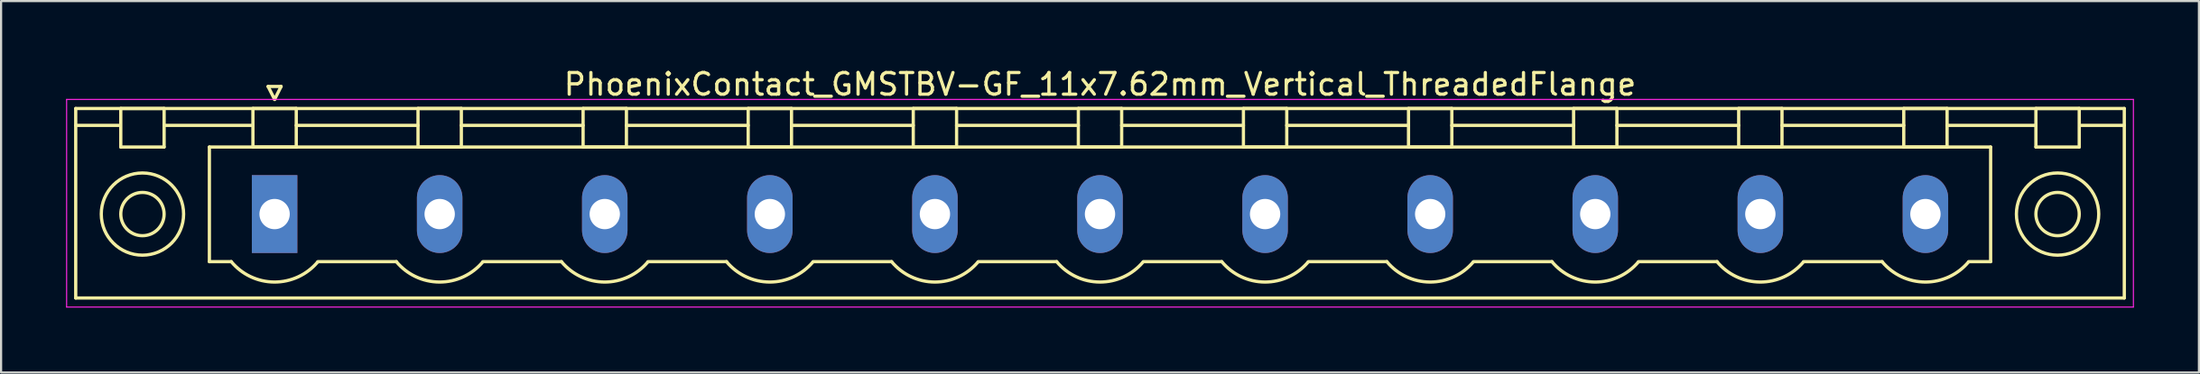
<source format=kicad_pcb>
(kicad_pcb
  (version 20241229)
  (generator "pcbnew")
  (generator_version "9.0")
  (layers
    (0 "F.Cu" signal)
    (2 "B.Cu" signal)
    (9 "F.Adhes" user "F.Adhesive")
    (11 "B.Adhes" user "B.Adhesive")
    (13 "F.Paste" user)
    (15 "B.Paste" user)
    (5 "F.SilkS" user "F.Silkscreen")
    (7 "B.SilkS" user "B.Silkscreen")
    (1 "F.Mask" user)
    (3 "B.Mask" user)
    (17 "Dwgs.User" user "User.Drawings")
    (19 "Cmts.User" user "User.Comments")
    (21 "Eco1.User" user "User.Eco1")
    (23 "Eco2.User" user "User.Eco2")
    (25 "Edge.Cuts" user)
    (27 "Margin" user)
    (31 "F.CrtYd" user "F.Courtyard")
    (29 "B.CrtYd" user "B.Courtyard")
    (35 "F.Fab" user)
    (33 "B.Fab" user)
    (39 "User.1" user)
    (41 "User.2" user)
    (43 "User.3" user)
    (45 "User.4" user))
  (footprint "PhoenixContact_GMSTBV-GF_11x7.62mm_Vertical_ThreadedFlange"
    (layer "F.Cu")
    (at 9.625 6.848)
    (property "Reference" "PhoenixContact_GMSTBV-GF_11x7.62mm_Vertical_ThreadedFlange" (at 38.1 -6 0) (layer "F.SilkS") (effects (font (size 1 1) (thickness 0.15))))
    (attr through_hole)
    (fp_line (start -9.18 -4.88) (end -9.18 3.88) (stroke (width 0.15) (type solid)) (layer "F.SilkS"))
    (fp_line (start -9.18 -4.1) (end -7.18 -4.1) (stroke (width 0.15) (type solid)) (layer "F.SilkS"))
    (fp_line (start -9.18 3.88) (end 85.38 3.88) (stroke (width 0.15) (type solid)) (layer "F.SilkS"))
    (fp_line (start -7.1 -4.88) (end -5.1 -4.88) (stroke (width 0.15) (type solid)) (layer "F.SilkS"))
    (fp_line (start -7.1 -3.1) (end -7.1 -4.88) (stroke (width 0.15) (type solid)) (layer "F.SilkS"))
    (fp_line (start -5.1 -4.88) (end -5.1 -3.1) (stroke (width 0.15) (type solid)) (layer "F.SilkS"))
    (fp_line (start -5.1 -4.1) (end -1 -4.1) (stroke (width 0.15) (type solid)) (layer "F.SilkS"))
    (fp_line (start -5.1 -3.1) (end -7.1 -3.1) (stroke (width 0.15) (type solid)) (layer "F.SilkS"))
    (fp_line (start -3.01 -3.1) (end 79.21 -3.1) (stroke (width 0.15) (type solid)) (layer "F.SilkS"))
    (fp_line (start -3.01 2.2) (end -3.01 -3.1) (stroke (width 0.15) (type solid)) (layer "F.SilkS"))
    (fp_line (start -2 2.2) (end -3.01 2.2) (stroke (width 0.15) (type solid)) (layer "F.SilkS"))
    (fp_line (start -1 -4.88) (end 1 -4.88) (stroke (width 0.15) (type solid)) (layer "F.SilkS"))
    (fp_line (start -1 -3.1) (end -1 -4.88) (stroke (width 0.15) (type solid)) (layer "F.SilkS"))
    (fp_line (start -0.3 -5.9) (end 0 -5.3) (stroke (width 0.15) (type solid)) (layer "F.SilkS"))
    (fp_line (start 0 -5.3) (end 0.3 -5.9) (stroke (width 0.15) (type solid)) (layer "F.SilkS"))
    (fp_line (start 0.3 -5.9) (end -0.3 -5.9) (stroke (width 0.15) (type solid)) (layer "F.SilkS"))
    (fp_line (start 1 -4.88) (end 1 -3.1) (stroke (width 0.15) (type solid)) (layer "F.SilkS"))
    (fp_line (start 1 -4.1) (end 6.62 -4.1) (stroke (width 0.15) (type solid)) (layer "F.SilkS"))
    (fp_line (start 1 -3.1) (end -1 -3.1) (stroke (width 0.15) (type solid)) (layer "F.SilkS"))
    (fp_line (start 2 2.2) (end 5.62 2.2) (stroke (width 0.15) (type solid)) (layer "F.SilkS"))
    (fp_line (start 6.62 -4.88) (end 8.62 -4.88) (stroke (width 0.15) (type solid)) (layer "F.SilkS"))
    (fp_line (start 6.62 -3.1) (end 6.62 -4.88) (stroke (width 0.15) (type solid)) (layer "F.SilkS"))
    (fp_line (start 8.62 -4.88) (end 8.62 -3.1) (stroke (width 0.15) (type solid)) (layer "F.SilkS"))
    (fp_line (start 8.62 -4.1) (end 14.24 -4.1) (stroke (width 0.15) (type solid)) (layer "F.SilkS"))
    (fp_line (start 8.62 -3.1) (end 6.62 -3.1) (stroke (width 0.15) (type solid)) (layer "F.SilkS"))
    (fp_line (start 9.62 2.2) (end 13.24 2.2) (stroke (width 0.15) (type solid)) (layer "F.SilkS"))
    (fp_line (start 14.24 -4.88) (end 16.24 -4.88) (stroke (width 0.15) (type solid)) (layer "F.SilkS"))
    (fp_line (start 14.24 -3.1) (end 14.24 -4.88) (stroke (width 0.15) (type solid)) (layer "F.SilkS"))
    (fp_line (start 16.24 -4.88) (end 16.24 -3.1) (stroke (width 0.15) (type solid)) (layer "F.SilkS"))
    (fp_line (start 16.24 -4.1) (end 21.86 -4.1) (stroke (width 0.15) (type solid)) (layer "F.SilkS"))
    (fp_line (start 16.24 -3.1) (end 14.24 -3.1) (stroke (width 0.15) (type solid)) (layer "F.SilkS"))
    (fp_line (start 17.24 2.2) (end 20.86 2.2) (stroke (width 0.15) (type solid)) (layer "F.SilkS"))
    (fp_line (start 21.86 -4.88) (end 23.86 -4.88) (stroke (width 0.15) (type solid)) (layer "F.SilkS"))
    (fp_line (start 21.86 -3.1) (end 21.86 -4.88) (stroke (width 0.15) (type solid)) (layer "F.SilkS"))
    (fp_line (start 23.86 -4.88) (end 23.86 -3.1) (stroke (width 0.15) (type solid)) (layer "F.SilkS"))
    (fp_line (start 23.86 -4.1) (end 29.48 -4.1) (stroke (width 0.15) (type solid)) (layer "F.SilkS"))
    (fp_line (start 23.86 -3.1) (end 21.86 -3.1) (stroke (width 0.15) (type solid)) (layer "F.SilkS"))
    (fp_line (start 24.86 2.2) (end 28.48 2.2) (stroke (width 0.15) (type solid)) (layer "F.SilkS"))
    (fp_line (start 29.48 -4.88) (end 31.48 -4.88) (stroke (width 0.15) (type solid)) (layer "F.SilkS"))
    (fp_line (start 29.48 -3.1) (end 29.48 -4.88) (stroke (width 0.15) (type solid)) (layer "F.SilkS"))
    (fp_line (start 31.48 -4.88) (end 31.48 -3.1) (stroke (width 0.15) (type solid)) (layer "F.SilkS"))
    (fp_line (start 31.48 -4.1) (end 37.1 -4.1) (stroke (width 0.15) (type solid)) (layer "F.SilkS"))
    (fp_line (start 31.48 -3.1) (end 29.48 -3.1) (stroke (width 0.15) (type solid)) (layer "F.SilkS"))
    (fp_line (start 32.48 2.2) (end 36.1 2.2) (stroke (width 0.15) (type solid)) (layer "F.SilkS"))
    (fp_line (start 37.1 -4.88) (end 39.1 -4.88) (stroke (width 0.15) (type solid)) (layer "F.SilkS"))
    (fp_line (start 37.1 -3.1) (end 37.1 -4.88) (stroke (width 0.15) (type solid)) (layer "F.SilkS"))
    (fp_line (start 39.1 -4.88) (end 39.1 -3.1) (stroke (width 0.15) (type solid)) (layer "F.SilkS"))
    (fp_line (start 39.1 -4.1) (end 44.72 -4.1) (stroke (width 0.15) (type solid)) (layer "F.SilkS"))
    (fp_line (start 39.1 -3.1) (end 37.1 -3.1) (stroke (width 0.15) (type solid)) (layer "F.SilkS"))
    (fp_line (start 40.1 2.2) (end 43.72 2.2) (stroke (width 0.15) (type solid)) (layer "F.SilkS"))
    (fp_line (start 44.72 -4.88) (end 46.72 -4.88) (stroke (width 0.15) (type solid)) (layer "F.SilkS"))
    (fp_line (start 44.72 -3.1) (end 44.72 -4.88) (stroke (width 0.15) (type solid)) (layer "F.SilkS"))
    (fp_line (start 46.72 -4.88) (end 46.72 -3.1) (stroke (width 0.15) (type solid)) (layer "F.SilkS"))
    (fp_line (start 46.72 -4.1) (end 52.34 -4.1) (stroke (width 0.15) (type solid)) (layer "F.SilkS"))
    (fp_line (start 46.72 -3.1) (end 44.72 -3.1) (stroke (width 0.15) (type solid)) (layer "F.SilkS"))
    (fp_line (start 47.72 2.2) (end 51.34 2.2) (stroke (width 0.15) (type solid)) (layer "F.SilkS"))
    (fp_line (start 52.34 -4.88) (end 54.34 -4.88) (stroke (width 0.15) (type solid)) (layer "F.SilkS"))
    (fp_line (start 52.34 -3.1) (end 52.34 -4.88) (stroke (width 0.15) (type solid)) (layer "F.SilkS"))
    (fp_line (start 54.34 -4.88) (end 54.34 -3.1) (stroke (width 0.15) (type solid)) (layer "F.SilkS"))
    (fp_line (start 54.34 -4.1) (end 59.96 -4.1) (stroke (width 0.15) (type solid)) (layer "F.SilkS"))
    (fp_line (start 54.34 -3.1) (end 52.34 -3.1) (stroke (width 0.15) (type solid)) (layer "F.SilkS"))
    (fp_line (start 55.34 2.2) (end 58.96 2.2) (stroke (width 0.15) (type solid)) (layer "F.SilkS"))
    (fp_line (start 59.96 -4.88) (end 61.96 -4.88) (stroke (width 0.15) (type solid)) (layer "F.SilkS"))
    (fp_line (start 59.96 -3.1) (end 59.96 -4.88) (stroke (width 0.15) (type solid)) (layer "F.SilkS"))
    (fp_line (start 61.96 -4.88) (end 61.96 -3.1) (stroke (width 0.15) (type solid)) (layer "F.SilkS"))
    (fp_line (start 61.96 -4.1) (end 67.58 -4.1) (stroke (width 0.15) (type solid)) (layer "F.SilkS"))
    (fp_line (start 61.96 -3.1) (end 59.96 -3.1) (stroke (width 0.15) (type solid)) (layer "F.SilkS"))
    (fp_line (start 62.96 2.2) (end 66.58 2.2) (stroke (width 0.15) (type solid)) (layer "F.SilkS"))
    (fp_line (start 67.58 -4.88) (end 69.58 -4.88) (stroke (width 0.15) (type solid)) (layer "F.SilkS"))
    (fp_line (start 67.58 -3.1) (end 67.58 -4.88) (stroke (width 0.15) (type solid)) (layer "F.SilkS"))
    (fp_line (start 69.58 -4.88) (end 69.58 -3.1) (stroke (width 0.15) (type solid)) (layer "F.SilkS"))
    (fp_line (start 69.58 -4.1) (end 75.2 -4.1) (stroke (width 0.15) (type solid)) (layer "F.SilkS"))
    (fp_line (start 69.58 -3.1) (end 67.58 -3.1) (stroke (width 0.15) (type solid)) (layer "F.SilkS"))
    (fp_line (start 70.58 2.2) (end 74.2 2.2) (stroke (width 0.15) (type solid)) (layer "F.SilkS"))
    (fp_line (start 75.2 -4.88) (end 77.2 -4.88) (stroke (width 0.15) (type solid)) (layer "F.SilkS"))
    (fp_line (start 75.2 -3.1) (end 75.2 -4.88) (stroke (width 0.15) (type solid)) (layer "F.SilkS"))
    (fp_line (start 77.2 -4.88) (end 77.2 -3.1) (stroke (width 0.15) (type solid)) (layer "F.SilkS"))
    (fp_line (start 77.2 -4.1) (end 81.3 -4.1) (stroke (width 0.15) (type solid)) (layer "F.SilkS"))
    (fp_line (start 77.2 -3.1) (end 75.2 -3.1) (stroke (width 0.15) (type solid)) (layer "F.SilkS"))
    (fp_line (start 79.21 -3.1) (end 79.21 2.2) (stroke (width 0.15) (type solid)) (layer "F.SilkS"))
    (fp_line (start 79.21 2.2) (end 78.2 2.2) (stroke (width 0.15) (type solid)) (layer "F.SilkS"))
    (fp_line (start 81.3 -4.88) (end 83.3 -4.88) (stroke (width 0.15) (type solid)) (layer "F.SilkS"))
    (fp_line (start 81.3 -3.1) (end 81.3 -4.88) (stroke (width 0.15) (type solid)) (layer "F.SilkS"))
    (fp_line (start 83.3 -4.88) (end 83.3 -3.1) (stroke (width 0.15) (type solid)) (layer "F.SilkS"))
    (fp_line (start 83.3 -3.1) (end 81.3 -3.1) (stroke (width 0.15) (type solid)) (layer "F.SilkS"))
    (fp_line (start 85.38 -4.88) (end -9.18 -4.88) (stroke (width 0.15) (type solid)) (layer "F.SilkS"))
    (fp_line (start 85.38 -4.1) (end 83.38 -4.1) (stroke (width 0.15) (type solid)) (layer "F.SilkS"))
    (fp_line (start 85.38 3.88) (end 85.38 -4.88) (stroke (width 0.15) (type solid)) (layer "F.SilkS"))
    (fp_arc (start 1.986842 2.215821) (mid -0.010289 3.142758) (end -2 2.2) (stroke (width 0.15) (type solid)) (layer "F.SilkS"))
    (fp_arc (start 9.606842 2.215821) (mid 7.609711 3.142758) (end 5.62 2.2) (stroke (width 0.15) (type solid)) (layer "F.SilkS"))
    (fp_arc (start 17.226842 2.215821) (mid 15.229711 3.142758) (end 13.24 2.2) (stroke (width 0.15) (type solid)) (layer "F.SilkS"))
    (fp_arc (start 24.846842 2.215821) (mid 22.849711 3.142758) (end 20.86 2.2) (stroke (width 0.15) (type solid)) (layer "F.SilkS"))
    (fp_arc (start 32.466842 2.215821) (mid 30.469711 3.142758) (end 28.48 2.2) (stroke (width 0.15) (type solid)) (layer "F.SilkS"))
    (fp_arc (start 40.086842 2.215821) (mid 38.089711 3.142758) (end 36.1 2.2) (stroke (width 0.15) (type solid)) (layer "F.SilkS"))
    (fp_arc (start 47.706842 2.215821) (mid 45.709711 3.142758) (end 43.72 2.2) (stroke (width 0.15) (type solid)) (layer "F.SilkS"))
    (fp_arc (start 55.326842 2.215821) (mid 53.329711 3.142758) (end 51.34 2.2) (stroke (width 0.15) (type solid)) (layer "F.SilkS"))
    (fp_arc (start 62.946842 2.215821) (mid 60.949711 3.142758) (end 58.96 2.2) (stroke (width 0.15) (type solid)) (layer "F.SilkS"))
    (fp_arc (start 70.566842 2.215821) (mid 68.569711 3.142758) (end 66.58 2.2) (stroke (width 0.15) (type solid)) (layer "F.SilkS"))
    (fp_arc (start 78.186842 2.215821) (mid 76.189711 3.142758) (end 74.2 2.2) (stroke (width 0.15) (type solid)) (layer "F.SilkS"))
    (fp_circle (center -6.1 0) (end -5.1 0) (stroke (width 0.15) (type solid)) (fill no) (layer "F.SilkS"))
    (fp_circle (center -6.1 0) (end -4.2 0) (stroke (width 0.15) (type solid)) (fill no) (layer "F.SilkS"))
    (fp_circle (center 82.3 0) (end 83.3 0) (stroke (width 0.15) (type solid)) (fill no) (layer "F.SilkS"))
    (fp_circle (center 82.3 0) (end 84.2 0) (stroke (width 0.15) (type solid)) (fill no) (layer "F.SilkS"))
    (fp_line (start -9.6 -5.3) (end -9.6 4.3) (stroke (width 0.05) (type solid)) (layer "F.CrtYd"))
    (fp_line (start -9.6 4.3) (end 85.8 4.3) (stroke (width 0.05) (type solid)) (layer "F.CrtYd"))
    (fp_line (start 85.8 -5.3) (end -9.6 -5.3) (stroke (width 0.05) (type solid)) (layer "F.CrtYd"))
    (fp_line (start 85.8 4.3) (end 85.8 -5.3) (stroke (width 0.05) (type solid)) (layer "F.CrtYd"))
    (pad "1" thru_hole rect (at 0 0) (size 2.1 3.6) (drill 1.4) (layers "*.Cu" "*.Mask"))
    (pad "2" thru_hole oval (at 7.62 0) (size 2.1 3.6) (drill 1.4) (layers "*.Cu" "*.Mask"))
    (pad "3" thru_hole oval (at 15.24 0) (size 2.1 3.6) (drill 1.4) (layers "*.Cu" "*.Mask"))
    (pad "4" thru_hole oval (at 22.86 0) (size 2.1 3.6) (drill 1.4) (layers "*.Cu" "*.Mask"))
    (pad "5" thru_hole oval (at 30.48 0) (size 2.1 3.6) (drill 1.4) (layers "*.Cu" "*.Mask"))
    (pad "6" thru_hole oval (at 38.1 0) (size 2.1 3.6) (drill 1.4) (layers "*.Cu" "*.Mask"))
    (pad "7" thru_hole oval (at 45.72 0) (size 2.1 3.6) (drill 1.4) (layers "*.Cu" "*.Mask"))
    (pad "8" thru_hole oval (at 53.34 0) (size 2.1 3.6) (drill 1.4) (layers "*.Cu" "*.Mask"))
    (pad "9" thru_hole oval (at 60.96 0) (size 2.1 3.6) (drill 1.4) (layers "*.Cu" "*.Mask"))
    (pad "10" thru_hole oval (at 68.58 0) (size 2.1 3.6) (drill 1.4) (layers "*.Cu" "*.Mask"))
    (pad "11" thru_hole oval (at 76.2 0) (size 2.1 3.6) (drill 1.4) (layers "*.Cu" "*.Mask")))
  (gr_rect
    (start -3 -3)
    (end 98.45 14.173)
    (stroke (width 0.1) (type default))
    (fill no)
    (layer "Edge.Cuts")))
</source>
